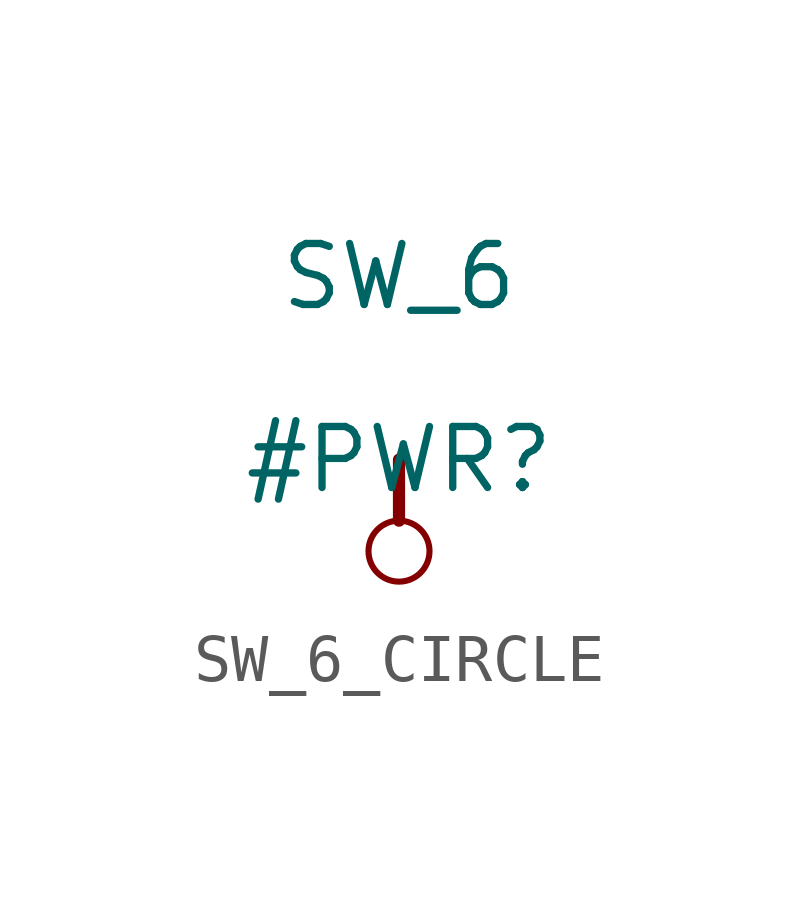
<source format=kicad_sym>
(kicad_symbol_lib
  (version 20231120)
  (generator "kicad_symbol_editor")
  (generator_version "8.0")
  (symbol "SW_6_CIRCLE"
    (power)
    (property "Reference" "#PWR"
      (at 0 0 0)
      (effects (font (size 1.27 1.27))))
    (property "Value" "SW_6"
      (at 0 3.81 0)
      (effects (font (size 1.27 1.27))))
    (symbol "SW_6_CIRCLE_0_0"
      (circle (center 0 -1.905) (radius 0.635) (stroke (width 0.127) (type solid)) (fill (type none)))
      (polyline (pts (xy 0 0) (xy 0 -1.27)) (stroke (width 0.254) (type solid)) (fill (type none)))
      (pin power_in line (at 0 0 0) (length 0) hide (name "SW_6" (effects (font (size 1.27 1.27)))) (number "" (effects (font (size 1.27 1.27))))))))
</source>
